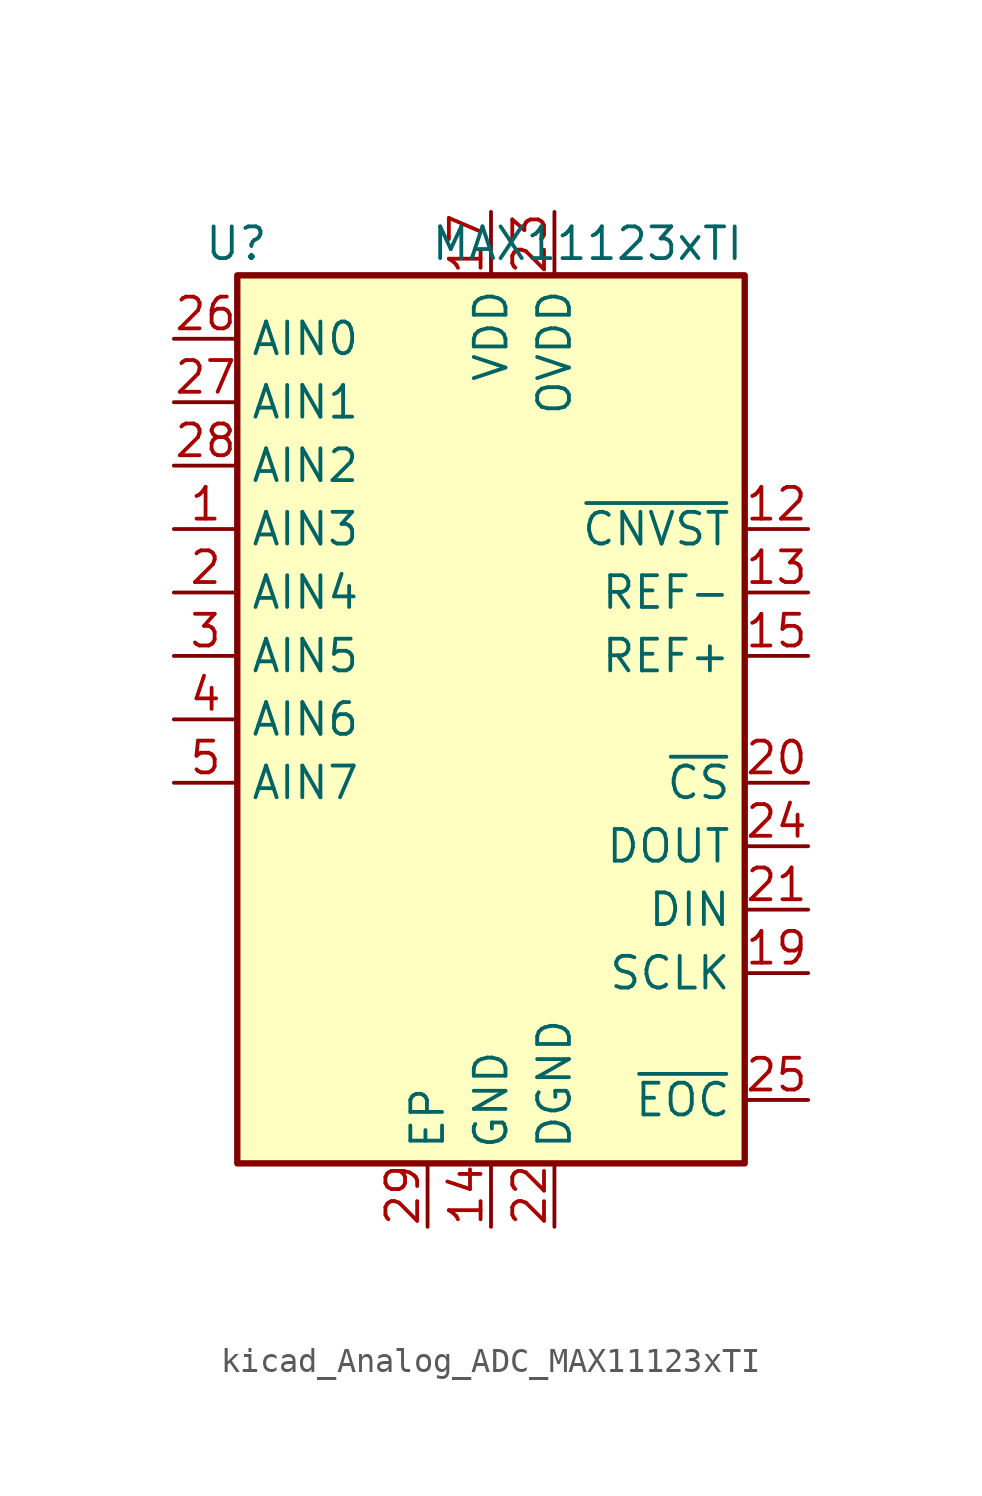
<source format=kicad_sym>
(kicad_symbol_lib
  (version 20220914)
  (generator kicad_symbol_editor)
  (symbol "kicad_Analog_ADC_MAX11123xTI"
    (property "Reference" "U"
      (at -8.89 19.05 0)
      (effects (font (size 1.27 1.27)) (justify right)))
    (property "Value" "MAX11123xTI"
      (at 10.16 19.05 0)
      (effects (font (size 1.27 1.27)) (justify right)))
    (symbol "kicad_Analog_ADC_MAX11123xTI_0_1"
      (rectangle (start 10.16 17.78) (end -10.16 -17.78) (stroke (width 0.254) (type default)) (fill (type background))))
    (symbol "kicad_Analog_ADC_MAX11123xTI_1_1"
      (pin input line (at -12.7 7.62 0) (length 2.54) (name "AIN3" (effects (font (size 1.27 1.27)))) (number "1" (effects (font (size 1.27 1.27)))))
      (pin passive line (at 0 -20.32 90) (length 2.54) hide (name "GND" (effects (font (size 1.27 1.27)))) (number "10" (effects (font (size 1.27 1.27)))))
      (pin passive line (at 0 -20.32 90) (length 2.54) hide (name "GND" (effects (font (size 1.27 1.27)))) (number "11" (effects (font (size 1.27 1.27)))))
      (pin input line (at 12.7 7.62 180) (length 2.54) (name "~{CNVST}" (effects (font (size 1.27 1.27)))) (number "12" (effects (font (size 1.27 1.27)))))
      (pin input line (at 12.7 5.08 180) (length 2.54) (name "REF-" (effects (font (size 1.27 1.27)))) (number "13" (effects (font (size 1.27 1.27)))))
      (pin power_in line (at 0 -20.32 90) (length 2.54) (name "GND" (effects (font (size 1.27 1.27)))) (number "14" (effects (font (size 1.27 1.27)))))
      (pin input line (at 12.7 2.54 180) (length 2.54) (name "REF+" (effects (font (size 1.27 1.27)))) (number "15" (effects (font (size 1.27 1.27)))))
      (pin passive line (at 0 -20.32 90) (length 2.54) hide (name "GND" (effects (font (size 1.27 1.27)))) (number "16" (effects (font (size 1.27 1.27)))))
      (pin power_in line (at 0 20.32 270) (length 2.54) (name "VDD" (effects (font (size 1.27 1.27)))) (number "17" (effects (font (size 1.27 1.27)))))
      (pin passive line (at 0 20.32 270) (length 2.54) hide (name "VDD" (effects (font (size 1.27 1.27)))) (number "18" (effects (font (size 1.27 1.27)))))
      (pin input line (at 12.7 -10.16 180) (length 2.54) (name "SCLK" (effects (font (size 1.27 1.27)))) (number "19" (effects (font (size 1.27 1.27)))))
      (pin input line (at -12.7 5.08 0) (length 2.54) (name "AIN4" (effects (font (size 1.27 1.27)))) (number "2" (effects (font (size 1.27 1.27)))))
      (pin input line (at 12.7 -2.54 180) (length 2.54) (name "~{CS}" (effects (font (size 1.27 1.27)))) (number "20" (effects (font (size 1.27 1.27)))))
      (pin input line (at 12.7 -7.62 180) (length 2.54) (name "DIN" (effects (font (size 1.27 1.27)))) (number "21" (effects (font (size 1.27 1.27)))))
      (pin power_in line (at 2.54 -20.32 90) (length 2.54) (name "DGND" (effects (font (size 1.27 1.27)))) (number "22" (effects (font (size 1.27 1.27)))))
      (pin power_in line (at 2.54 20.32 270) (length 2.54) (name "OVDD" (effects (font (size 1.27 1.27)))) (number "23" (effects (font (size 1.27 1.27)))))
      (pin output line (at 12.7 -5.08 180) (length 2.54) (name "DOUT" (effects (font (size 1.27 1.27)))) (number "24" (effects (font (size 1.27 1.27)))))
      (pin output line (at 12.7 -15.24 180) (length 2.54) (name "~{EOC}" (effects (font (size 1.27 1.27)))) (number "25" (effects (font (size 1.27 1.27)))))
      (pin input line (at -12.7 15.24 0) (length 2.54) (name "AIN0" (effects (font (size 1.27 1.27)))) (number "26" (effects (font (size 1.27 1.27)))))
      (pin input line (at -12.7 12.7 0) (length 2.54) (name "AIN1" (effects (font (size 1.27 1.27)))) (number "27" (effects (font (size 1.27 1.27)))))
      (pin input line (at -12.7 10.16 0) (length 2.54) (name "AIN2" (effects (font (size 1.27 1.27)))) (number "28" (effects (font (size 1.27 1.27)))))
      (pin power_in line (at -2.54 -20.32 90) (length 2.54) (name "EP" (effects (font (size 1.27 1.27)))) (number "29" (effects (font (size 1.27 1.27)))))
      (pin input line (at -12.7 2.54 0) (length 2.54) (name "AIN5" (effects (font (size 1.27 1.27)))) (number "3" (effects (font (size 1.27 1.27)))))
      (pin input line (at -12.7 0 0) (length 2.54) (name "AIN6" (effects (font (size 1.27 1.27)))) (number "4" (effects (font (size 1.27 1.27)))))
      (pin input line (at -12.7 -2.54 0) (length 2.54) (name "AIN7" (effects (font (size 1.27 1.27)))) (number "5" (effects (font (size 1.27 1.27)))))
      (pin passive line (at 0 -20.32 90) (length 2.54) hide (name "GND" (effects (font (size 1.27 1.27)))) (number "6" (effects (font (size 1.27 1.27)))))
      (pin passive line (at 0 -20.32 90) (length 2.54) hide (name "GND" (effects (font (size 1.27 1.27)))) (number "7" (effects (font (size 1.27 1.27)))))
      (pin passive line (at 0 -20.32 90) (length 2.54) hide (name "GND" (effects (font (size 1.27 1.27)))) (number "8" (effects (font (size 1.27 1.27)))))
      (pin passive line (at 0 -20.32 90) (length 2.54) hide (name "GND" (effects (font (size 1.27 1.27)))) (number "9" (effects (font (size 1.27 1.27))))))))
</source>
